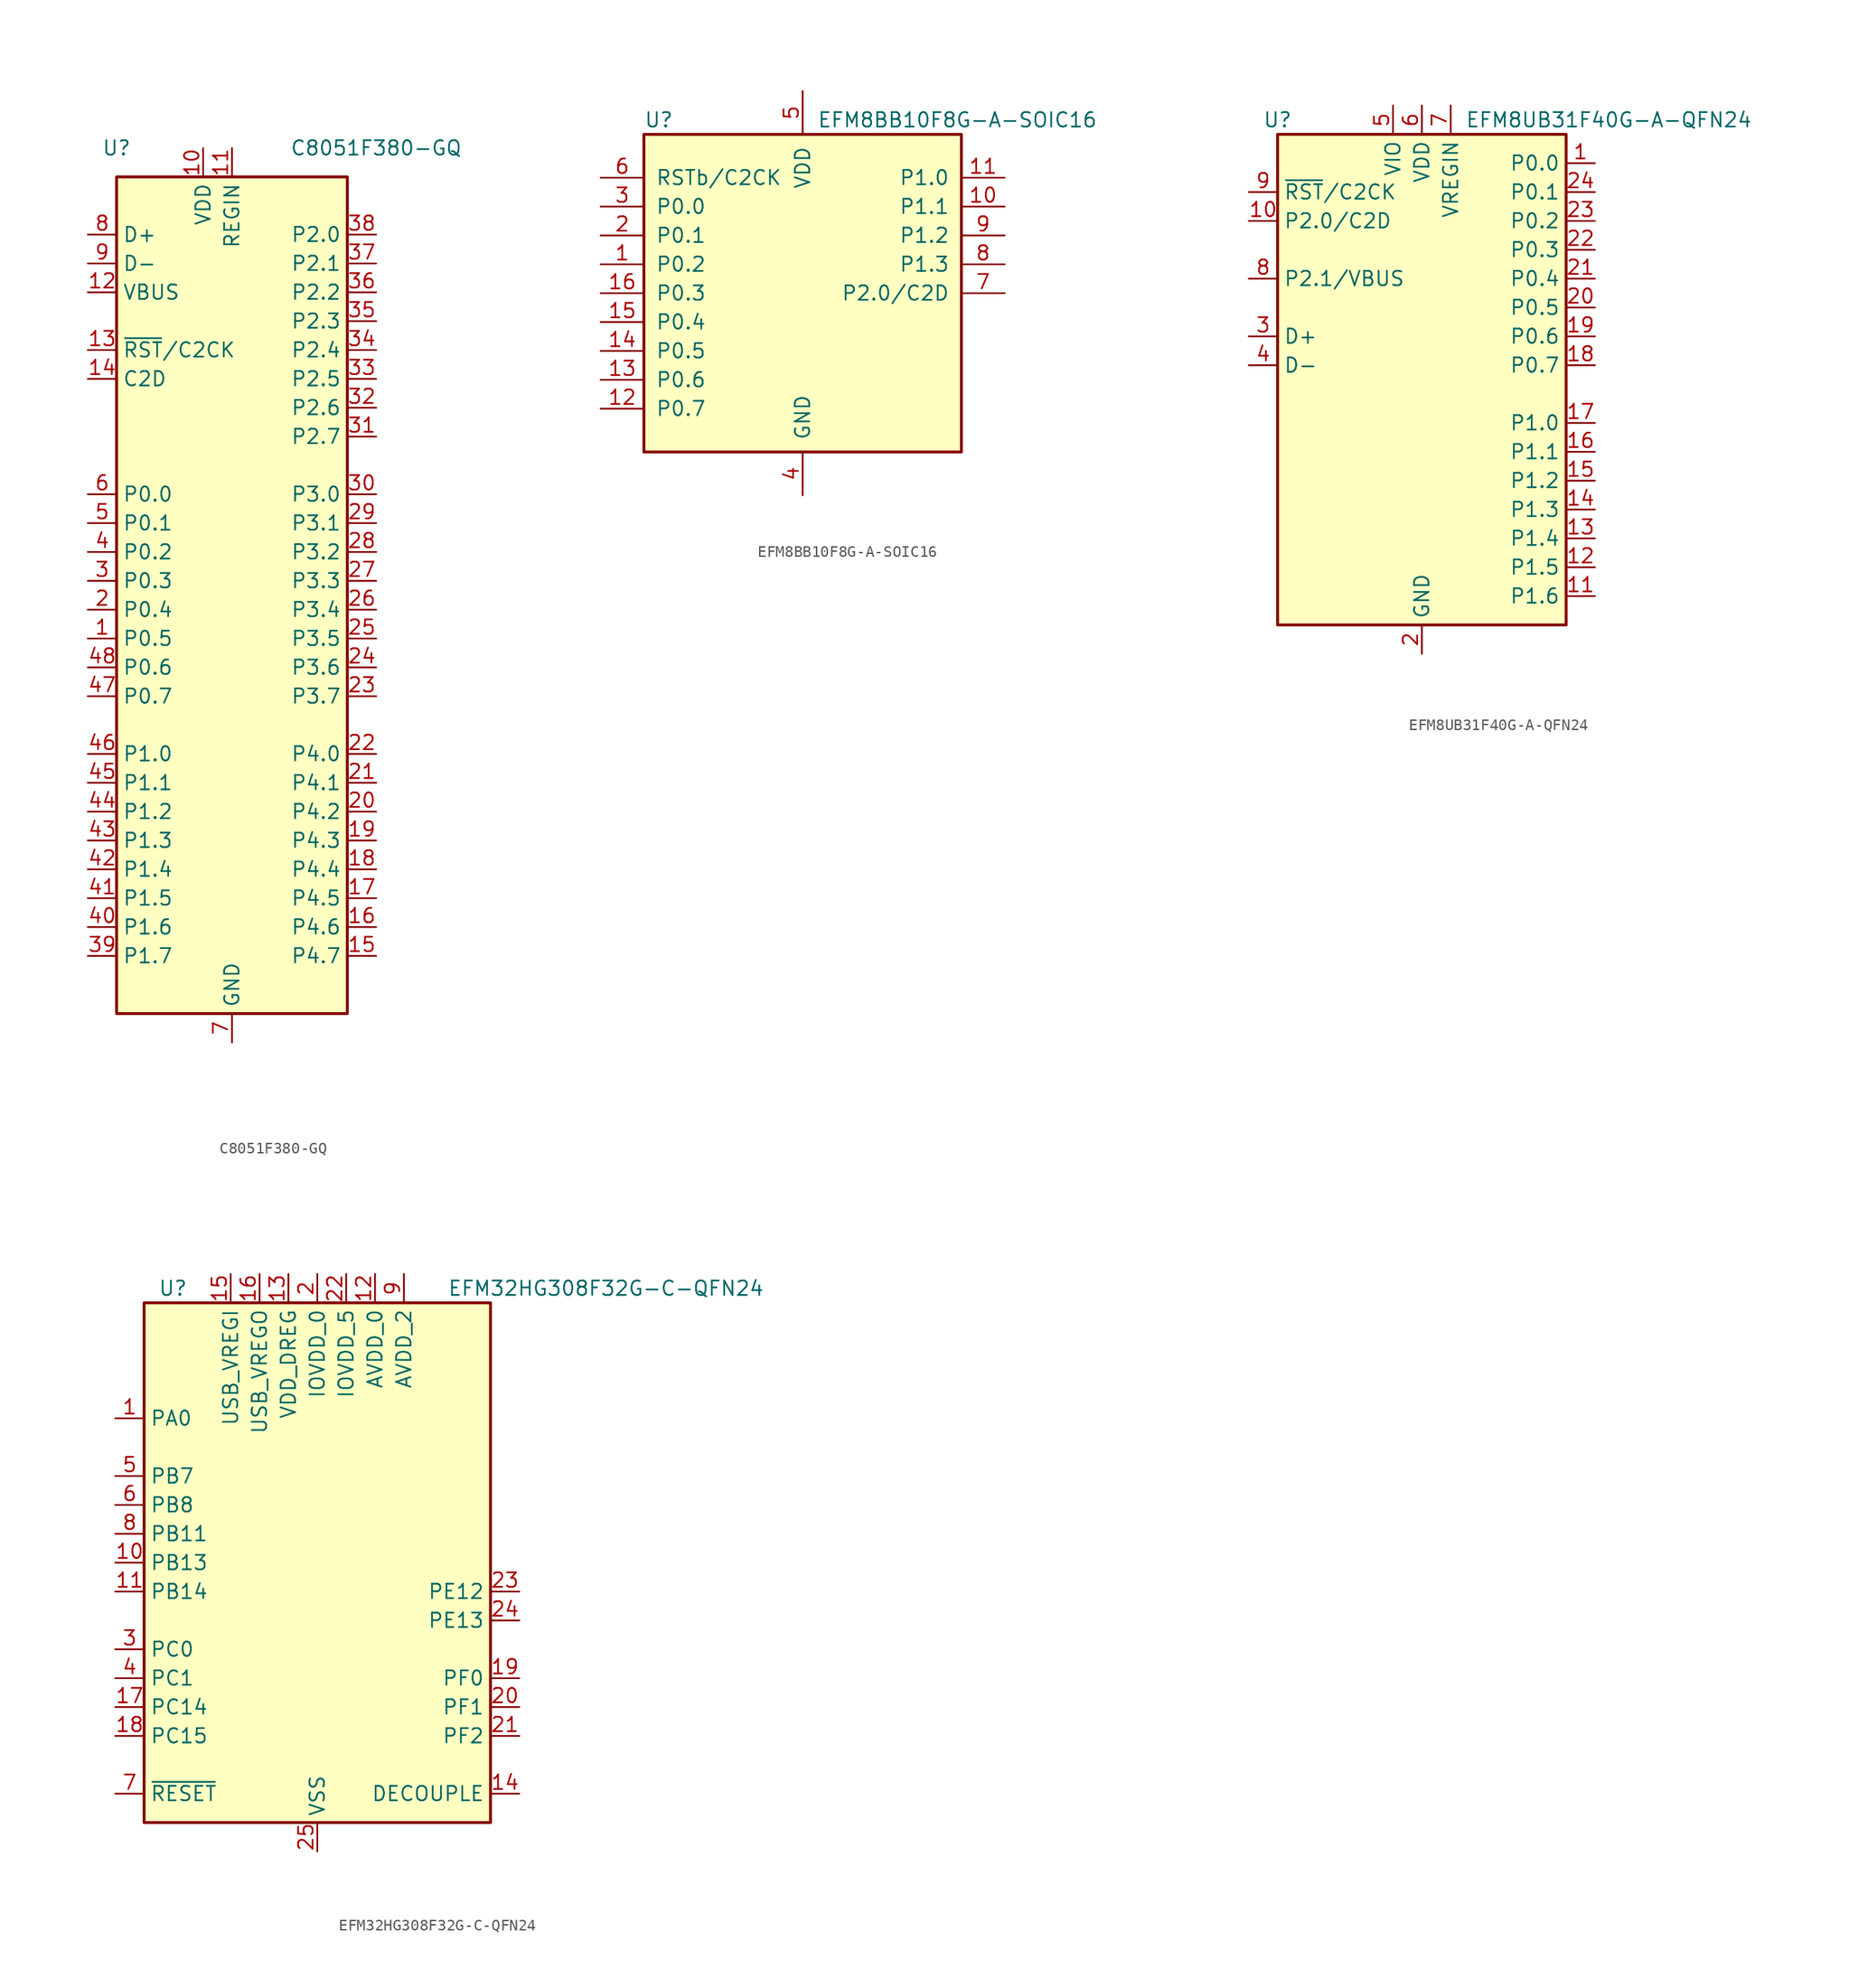
<source format=kicad_sym>
(kicad_symbol_lib
  (version 20220914)
  (generator kicad_symbol_editor)
  (symbol "C8051F380-GQ"
    (property "Reference" "U"
      (at -10.16 40.64 0)
      (effects (font (size 1.27 1.27))))
    (property "Value" "C8051F380-GQ"
      (at 12.7 40.64 0)
      (effects (font (size 1.27 1.27))))
    (symbol "C8051F380-GQ_0_1"
      (rectangle (start -10.16 38.1) (end 10.16 -35.56) (stroke (width 0.254) (type default)) (fill (type background))))
    (symbol "C8051F380-GQ_1_1"
      (pin bidirectional line (at -12.7 -2.54 0) (length 2.54) (name "P0.5" (effects (font (size 1.27 1.27)))) (number "1" (effects (font (size 1.27 1.27)))))
      (pin power_in line (at -2.54 40.64 270) (length 2.54) (name "VDD" (effects (font (size 1.27 1.27)))) (number "10" (effects (font (size 1.27 1.27)))))
      (pin power_in line (at 0 40.64 270) (length 2.54) (name "REGIN" (effects (font (size 1.27 1.27)))) (number "11" (effects (font (size 1.27 1.27)))))
      (pin input line (at -12.7 27.94 0) (length 2.54) (name "VBUS" (effects (font (size 1.27 1.27)))) (number "12" (effects (font (size 1.27 1.27)))))
      (pin input line (at -12.7 22.86 0) (length 2.54) (name "~{RST}/C2CK" (effects (font (size 1.27 1.27)))) (number "13" (effects (font (size 1.27 1.27)))))
      (pin bidirectional line (at -12.7 20.32 0) (length 2.54) (name "C2D" (effects (font (size 1.27 1.27)))) (number "14" (effects (font (size 1.27 1.27)))))
      (pin bidirectional line (at 12.7 -30.48 180) (length 2.54) (name "P4.7" (effects (font (size 1.27 1.27)))) (number "15" (effects (font (size 1.27 1.27)))))
      (pin bidirectional line (at 12.7 -27.94 180) (length 2.54) (name "P4.6" (effects (font (size 1.27 1.27)))) (number "16" (effects (font (size 1.27 1.27)))))
      (pin bidirectional line (at 12.7 -25.4 180) (length 2.54) (name "P4.5" (effects (font (size 1.27 1.27)))) (number "17" (effects (font (size 1.27 1.27)))))
      (pin bidirectional line (at 12.7 -22.86 180) (length 2.54) (name "P4.4" (effects (font (size 1.27 1.27)))) (number "18" (effects (font (size 1.27 1.27)))))
      (pin bidirectional line (at 12.7 -20.32 180) (length 2.54) (name "P4.3" (effects (font (size 1.27 1.27)))) (number "19" (effects (font (size 1.27 1.27)))))
      (pin bidirectional line (at -12.7 0 0) (length 2.54) (name "P0.4" (effects (font (size 1.27 1.27)))) (number "2" (effects (font (size 1.27 1.27)))))
      (pin bidirectional line (at 12.7 -17.78 180) (length 2.54) (name "P4.2" (effects (font (size 1.27 1.27)))) (number "20" (effects (font (size 1.27 1.27)))))
      (pin bidirectional line (at 12.7 -15.24 180) (length 2.54) (name "P4.1" (effects (font (size 1.27 1.27)))) (number "21" (effects (font (size 1.27 1.27)))))
      (pin bidirectional line (at 12.7 -12.7 180) (length 2.54) (name "P4.0" (effects (font (size 1.27 1.27)))) (number "22" (effects (font (size 1.27 1.27)))))
      (pin bidirectional line (at 12.7 -7.62 180) (length 2.54) (name "P3.7" (effects (font (size 1.27 1.27)))) (number "23" (effects (font (size 1.27 1.27)))))
      (pin bidirectional line (at 12.7 -5.08 180) (length 2.54) (name "P3.6" (effects (font (size 1.27 1.27)))) (number "24" (effects (font (size 1.27 1.27)))))
      (pin bidirectional line (at 12.7 -2.54 180) (length 2.54) (name "P3.5" (effects (font (size 1.27 1.27)))) (number "25" (effects (font (size 1.27 1.27)))))
      (pin bidirectional line (at 12.7 0 180) (length 2.54) (name "P3.4" (effects (font (size 1.27 1.27)))) (number "26" (effects (font (size 1.27 1.27)))))
      (pin bidirectional line (at 12.7 2.54 180) (length 2.54) (name "P3.3" (effects (font (size 1.27 1.27)))) (number "27" (effects (font (size 1.27 1.27)))))
      (pin bidirectional line (at 12.7 5.08 180) (length 2.54) (name "P3.2" (effects (font (size 1.27 1.27)))) (number "28" (effects (font (size 1.27 1.27)))))
      (pin bidirectional line (at 12.7 7.62 180) (length 2.54) (name "P3.1" (effects (font (size 1.27 1.27)))) (number "29" (effects (font (size 1.27 1.27)))))
      (pin bidirectional line (at -12.7 2.54 0) (length 2.54) (name "P0.3" (effects (font (size 1.27 1.27)))) (number "3" (effects (font (size 1.27 1.27)))))
      (pin bidirectional line (at 12.7 10.16 180) (length 2.54) (name "P3.0" (effects (font (size 1.27 1.27)))) (number "30" (effects (font (size 1.27 1.27)))))
      (pin bidirectional line (at 12.7 15.24 180) (length 2.54) (name "P2.7" (effects (font (size 1.27 1.27)))) (number "31" (effects (font (size 1.27 1.27)))))
      (pin bidirectional line (at 12.7 17.78 180) (length 2.54) (name "P2.6" (effects (font (size 1.27 1.27)))) (number "32" (effects (font (size 1.27 1.27)))))
      (pin bidirectional line (at 12.7 20.32 180) (length 2.54) (name "P2.5" (effects (font (size 1.27 1.27)))) (number "33" (effects (font (size 1.27 1.27)))))
      (pin bidirectional line (at 12.7 22.86 180) (length 2.54) (name "P2.4" (effects (font (size 1.27 1.27)))) (number "34" (effects (font (size 1.27 1.27)))))
      (pin bidirectional line (at 12.7 25.4 180) (length 2.54) (name "P2.3" (effects (font (size 1.27 1.27)))) (number "35" (effects (font (size 1.27 1.27)))))
      (pin bidirectional line (at 12.7 27.94 180) (length 2.54) (name "P2.2" (effects (font (size 1.27 1.27)))) (number "36" (effects (font (size 1.27 1.27)))))
      (pin bidirectional line (at 12.7 30.48 180) (length 2.54) (name "P2.1" (effects (font (size 1.27 1.27)))) (number "37" (effects (font (size 1.27 1.27)))))
      (pin bidirectional line (at 12.7 33.02 180) (length 2.54) (name "P2.0" (effects (font (size 1.27 1.27)))) (number "38" (effects (font (size 1.27 1.27)))))
      (pin bidirectional line (at -12.7 -30.48 0) (length 2.54) (name "P1.7" (effects (font (size 1.27 1.27)))) (number "39" (effects (font (size 1.27 1.27)))))
      (pin bidirectional line (at -12.7 5.08 0) (length 2.54) (name "P0.2" (effects (font (size 1.27 1.27)))) (number "4" (effects (font (size 1.27 1.27)))))
      (pin bidirectional line (at -12.7 -27.94 0) (length 2.54) (name "P1.6" (effects (font (size 1.27 1.27)))) (number "40" (effects (font (size 1.27 1.27)))))
      (pin bidirectional line (at -12.7 -25.4 0) (length 2.54) (name "P1.5" (effects (font (size 1.27 1.27)))) (number "41" (effects (font (size 1.27 1.27)))))
      (pin bidirectional line (at -12.7 -22.86 0) (length 2.54) (name "P1.4" (effects (font (size 1.27 1.27)))) (number "42" (effects (font (size 1.27 1.27)))))
      (pin bidirectional line (at -12.7 -20.32 0) (length 2.54) (name "P1.3" (effects (font (size 1.27 1.27)))) (number "43" (effects (font (size 1.27 1.27)))))
      (pin bidirectional line (at -12.7 -17.78 0) (length 2.54) (name "P1.2" (effects (font (size 1.27 1.27)))) (number "44" (effects (font (size 1.27 1.27)))))
      (pin bidirectional line (at -12.7 -15.24 0) (length 2.54) (name "P1.1" (effects (font (size 1.27 1.27)))) (number "45" (effects (font (size 1.27 1.27)))))
      (pin bidirectional line (at -12.7 -12.7 0) (length 2.54) (name "P1.0" (effects (font (size 1.27 1.27)))) (number "46" (effects (font (size 1.27 1.27)))))
      (pin bidirectional line (at -12.7 -7.62 0) (length 2.54) (name "P0.7" (effects (font (size 1.27 1.27)))) (number "47" (effects (font (size 1.27 1.27)))))
      (pin bidirectional line (at -12.7 -5.08 0) (length 2.54) (name "P0.6" (effects (font (size 1.27 1.27)))) (number "48" (effects (font (size 1.27 1.27)))))
      (pin bidirectional line (at -12.7 7.62 0) (length 2.54) (name "P0.1" (effects (font (size 1.27 1.27)))) (number "5" (effects (font (size 1.27 1.27)))))
      (pin bidirectional line (at -12.7 10.16 0) (length 2.54) (name "P0.0" (effects (font (size 1.27 1.27)))) (number "6" (effects (font (size 1.27 1.27)))))
      (pin power_in line (at 0 -38.1 90) (length 2.54) (name "GND" (effects (font (size 1.27 1.27)))) (number "7" (effects (font (size 1.27 1.27)))))
      (pin bidirectional line (at -12.7 33.02 0) (length 2.54) (name "D+" (effects (font (size 1.27 1.27)))) (number "8" (effects (font (size 1.27 1.27)))))
      (pin bidirectional line (at -12.7 30.48 0) (length 2.54) (name "D-" (effects (font (size 1.27 1.27)))) (number "9" (effects (font (size 1.27 1.27)))))))
  (symbol "EFM8BB10F8G-A-SOIC16"
    (pin_names
      (offset 1.016))
    (property "Reference" "U"
      (at -13.97 15.24 0)
      (effects (font (size 1.27 1.27)) (justify left)))
    (property "Value" "EFM8BB10F8G-A-SOIC16"
      (at 1.27 15.24 0)
      (effects (font (size 1.27 1.27)) (justify left)))
    (symbol "EFM8BB10F8G-A-SOIC16_0_1"
      (rectangle (start -13.97 13.97) (end 13.97 -13.97) (stroke (width 0.254) (type default)) (fill (type background)))
      (pin bidirectional line (at -17.78 2.54 0) (length 3.81) (name "P0.2" (effects (font (size 1.27 1.27)))) (number "1" (effects (font (size 1.27 1.27)))))
      (pin bidirectional line (at 17.78 7.62 180) (length 3.81) (name "P1.1" (effects (font (size 1.27 1.27)))) (number "10" (effects (font (size 1.27 1.27)))))
      (pin bidirectional line (at 17.78 10.16 180) (length 3.81) (name "P1.0" (effects (font (size 1.27 1.27)))) (number "11" (effects (font (size 1.27 1.27)))))
      (pin bidirectional line (at -17.78 -10.16 0) (length 3.81) (name "P0.7" (effects (font (size 1.27 1.27)))) (number "12" (effects (font (size 1.27 1.27)))))
      (pin bidirectional line (at -17.78 -7.62 0) (length 3.81) (name "P0.6" (effects (font (size 1.27 1.27)))) (number "13" (effects (font (size 1.27 1.27)))))
      (pin bidirectional line (at -17.78 -5.08 0) (length 3.81) (name "P0.5" (effects (font (size 1.27 1.27)))) (number "14" (effects (font (size 1.27 1.27)))))
      (pin bidirectional line (at -17.78 -2.54 0) (length 3.81) (name "P0.4" (effects (font (size 1.27 1.27)))) (number "15" (effects (font (size 1.27 1.27)))))
      (pin bidirectional line (at -17.78 0 0) (length 3.81) (name "P0.3" (effects (font (size 1.27 1.27)))) (number "16" (effects (font (size 1.27 1.27)))))
      (pin bidirectional line (at -17.78 5.08 0) (length 3.81) (name "P0.1" (effects (font (size 1.27 1.27)))) (number "2" (effects (font (size 1.27 1.27)))))
      (pin bidirectional line (at -17.78 7.62 0) (length 3.81) (name "P0.0" (effects (font (size 1.27 1.27)))) (number "3" (effects (font (size 1.27 1.27)))))
      (pin power_in line (at 0 -17.78 90) (length 3.81) (name "GND" (effects (font (size 1.27 1.27)))) (number "4" (effects (font (size 1.27 1.27)))))
      (pin power_in line (at 0 17.78 270) (length 3.81) (name "VDD" (effects (font (size 1.27 1.27)))) (number "5" (effects (font (size 1.27 1.27)))))
      (pin input line (at -17.78 10.16 0) (length 3.81) (name "RSTb/C2CK" (effects (font (size 1.27 1.27)))) (number "6" (effects (font (size 1.27 1.27)))))
      (pin bidirectional line (at 17.78 0 180) (length 3.81) (name "P2.0/C2D" (effects (font (size 1.27 1.27)))) (number "7" (effects (font (size 1.27 1.27)))))
      (pin bidirectional line (at 17.78 2.54 180) (length 3.81) (name "P1.3" (effects (font (size 1.27 1.27)))) (number "8" (effects (font (size 1.27 1.27)))))
      (pin bidirectional line (at 17.78 5.08 180) (length 3.81) (name "P1.2" (effects (font (size 1.27 1.27)))) (number "9" (effects (font (size 1.27 1.27)))))))
  (symbol "EFM8UB31F40G-A-QFN24"
    (property "Reference" "U"
      (at -12.7 24.13 0)
      (effects (font (size 1.27 1.27))))
    (property "Value" "EFM8UB31F40G-A-QFN24"
      (at 3.81 24.13 0)
      (effects (font (size 1.27 1.27)) (justify left)))
    (symbol "EFM8UB31F40G-A-QFN24_0_1"
      (rectangle (start -12.7 22.86) (end 12.7 -20.32) (stroke (width 0.254) (type default)) (fill (type background))))
    (symbol "EFM8UB31F40G-A-QFN24_1_1"
      (pin bidirectional line (at 15.24 20.32 180) (length 2.54) (name "P0.0" (effects (font (size 1.27 1.27)))) (number "1" (effects (font (size 1.27 1.27)))))
      (pin bidirectional line (at -15.24 15.24 0) (length 2.54) (name "P2.0/C2D" (effects (font (size 1.27 1.27)))) (number "10" (effects (font (size 1.27 1.27)))))
      (pin bidirectional line (at 15.24 -17.78 180) (length 2.54) (name "P1.6" (effects (font (size 1.27 1.27)))) (number "11" (effects (font (size 1.27 1.27)))))
      (pin bidirectional line (at 15.24 -15.24 180) (length 2.54) (name "P1.5" (effects (font (size 1.27 1.27)))) (number "12" (effects (font (size 1.27 1.27)))))
      (pin bidirectional line (at 15.24 -12.7 180) (length 2.54) (name "P1.4" (effects (font (size 1.27 1.27)))) (number "13" (effects (font (size 1.27 1.27)))))
      (pin bidirectional line (at 15.24 -10.16 180) (length 2.54) (name "P1.3" (effects (font (size 1.27 1.27)))) (number "14" (effects (font (size 1.27 1.27)))))
      (pin bidirectional line (at 15.24 -7.62 180) (length 2.54) (name "P1.2" (effects (font (size 1.27 1.27)))) (number "15" (effects (font (size 1.27 1.27)))))
      (pin bidirectional line (at 15.24 -5.08 180) (length 2.54) (name "P1.1" (effects (font (size 1.27 1.27)))) (number "16" (effects (font (size 1.27 1.27)))))
      (pin bidirectional line (at 15.24 -2.54 180) (length 2.54) (name "P1.0" (effects (font (size 1.27 1.27)))) (number "17" (effects (font (size 1.27 1.27)))))
      (pin bidirectional line (at 15.24 2.54 180) (length 2.54) (name "P0.7" (effects (font (size 1.27 1.27)))) (number "18" (effects (font (size 1.27 1.27)))))
      (pin bidirectional line (at 15.24 5.08 180) (length 2.54) (name "P0.6" (effects (font (size 1.27 1.27)))) (number "19" (effects (font (size 1.27 1.27)))))
      (pin power_in line (at 0 -22.86 90) (length 2.54) (name "GND" (effects (font (size 1.27 1.27)))) (number "2" (effects (font (size 1.27 1.27)))))
      (pin bidirectional line (at 15.24 7.62 180) (length 2.54) (name "P0.5" (effects (font (size 1.27 1.27)))) (number "20" (effects (font (size 1.27 1.27)))))
      (pin bidirectional line (at 15.24 10.16 180) (length 2.54) (name "P0.4" (effects (font (size 1.27 1.27)))) (number "21" (effects (font (size 1.27 1.27)))))
      (pin bidirectional line (at 15.24 12.7 180) (length 2.54) (name "P0.3" (effects (font (size 1.27 1.27)))) (number "22" (effects (font (size 1.27 1.27)))))
      (pin bidirectional line (at 15.24 15.24 180) (length 2.54) (name "P0.2" (effects (font (size 1.27 1.27)))) (number "23" (effects (font (size 1.27 1.27)))))
      (pin bidirectional line (at 15.24 17.78 180) (length 2.54) (name "P0.1" (effects (font (size 1.27 1.27)))) (number "24" (effects (font (size 1.27 1.27)))))
      (pin passive line (at 0 -22.86 90) (length 2.54) hide (name "GND" (effects (font (size 1.27 1.27)))) (number "25" (effects (font (size 1.27 1.27)))))
      (pin bidirectional line (at -15.24 5.08 0) (length 2.54) (name "D+" (effects (font (size 1.27 1.27)))) (number "3" (effects (font (size 1.27 1.27)))))
      (pin bidirectional line (at -15.24 2.54 0) (length 2.54) (name "D-" (effects (font (size 1.27 1.27)))) (number "4" (effects (font (size 1.27 1.27)))))
      (pin power_in line (at -2.54 25.4 270) (length 2.54) (name "VIO" (effects (font (size 1.27 1.27)))) (number "5" (effects (font (size 1.27 1.27)))))
      (pin power_in line (at 0 25.4 270) (length 2.54) (name "VDD" (effects (font (size 1.27 1.27)))) (number "6" (effects (font (size 1.27 1.27)))))
      (pin power_in line (at 2.54 25.4 270) (length 2.54) (name "VREGIN" (effects (font (size 1.27 1.27)))) (number "7" (effects (font (size 1.27 1.27)))))
      (pin bidirectional line (at -15.24 10.16 0) (length 2.54) (name "P2.1/VBUS" (effects (font (size 1.27 1.27)))) (number "8" (effects (font (size 1.27 1.27)))))
      (pin bidirectional line (at -15.24 17.78 0) (length 2.54) (name "~{RST}/C2CK" (effects (font (size 1.27 1.27)))) (number "9" (effects (font (size 1.27 1.27)))))))
  (symbol "EFM32HG308F32G-C-QFN24"
    (property "Reference" "U"
      (at -12.7 24.13 0)
      (effects (font (size 1.27 1.27))))
    (property "Value" "EFM32HG308F32G-C-QFN24"
      (at 25.4 24.13 0)
      (effects (font (size 1.27 1.27))))
    (symbol "EFM32HG308F32G-C-QFN24_0_1"
      (rectangle (start -15.24 22.86) (end 15.24 -22.86) (stroke (width 0.254) (type default)) (fill (type background))))
    (symbol "EFM32HG308F32G-C-QFN24_1_1"
      (pin bidirectional line (at -17.78 12.7 0) (length 2.54) (name "PA0" (effects (font (size 1.27 1.27)))) (number "1" (effects (font (size 1.27 1.27)))))
      (pin bidirectional line (at -17.78 0 0) (length 2.54) (name "PB13" (effects (font (size 1.27 1.27)))) (number "10" (effects (font (size 1.27 1.27)))))
      (pin bidirectional line (at -17.78 -2.54 0) (length 2.54) (name "PB14" (effects (font (size 1.27 1.27)))) (number "11" (effects (font (size 1.27 1.27)))))
      (pin power_in line (at 5.08 25.4 270) (length 2.54) (name "AVDD_0" (effects (font (size 1.27 1.27)))) (number "12" (effects (font (size 1.27 1.27)))))
      (pin power_in line (at -2.54 25.4 270) (length 2.54) (name "VDD_DREG" (effects (font (size 1.27 1.27)))) (number "13" (effects (font (size 1.27 1.27)))))
      (pin passive line (at 17.78 -20.32 180) (length 2.54) (name "DECOUPLE" (effects (font (size 1.27 1.27)))) (number "14" (effects (font (size 1.27 1.27)))))
      (pin power_in line (at -7.62 25.4 270) (length 2.54) (name "USB_VREGI" (effects (font (size 1.27 1.27)))) (number "15" (effects (font (size 1.27 1.27)))))
      (pin power_out line (at -5.08 25.4 270) (length 2.54) (name "USB_VREGO" (effects (font (size 1.27 1.27)))) (number "16" (effects (font (size 1.27 1.27)))))
      (pin bidirectional line (at -17.78 -12.7 0) (length 2.54) (name "PC14" (effects (font (size 1.27 1.27)))) (number "17" (effects (font (size 1.27 1.27)))))
      (pin bidirectional line (at -17.78 -15.24 0) (length 2.54) (name "PC15" (effects (font (size 1.27 1.27)))) (number "18" (effects (font (size 1.27 1.27)))))
      (pin bidirectional line (at 17.78 -10.16 180) (length 2.54) (name "PF0" (effects (font (size 1.27 1.27)))) (number "19" (effects (font (size 1.27 1.27)))))
      (pin power_in line (at 0 25.4 270) (length 2.54) (name "IOVDD_0" (effects (font (size 1.27 1.27)))) (number "2" (effects (font (size 1.27 1.27)))))
      (pin bidirectional line (at 17.78 -12.7 180) (length 2.54) (name "PF1" (effects (font (size 1.27 1.27)))) (number "20" (effects (font (size 1.27 1.27)))))
      (pin bidirectional line (at 17.78 -15.24 180) (length 2.54) (name "PF2" (effects (font (size 1.27 1.27)))) (number "21" (effects (font (size 1.27 1.27)))))
      (pin power_in line (at 2.54 25.4 270) (length 2.54) (name "IOVDD_5" (effects (font (size 1.27 1.27)))) (number "22" (effects (font (size 1.27 1.27)))))
      (pin bidirectional line (at 17.78 -2.54 180) (length 2.54) (name "PE12" (effects (font (size 1.27 1.27)))) (number "23" (effects (font (size 1.27 1.27)))))
      (pin bidirectional line (at 17.78 -5.08 180) (length 2.54) (name "PE13" (effects (font (size 1.27 1.27)))) (number "24" (effects (font (size 1.27 1.27)))))
      (pin power_in line (at 0 -25.4 90) (length 2.54) (name "VSS" (effects (font (size 1.27 1.27)))) (number "25" (effects (font (size 1.27 1.27)))))
      (pin bidirectional line (at -17.78 -7.62 0) (length 2.54) (name "PC0" (effects (font (size 1.27 1.27)))) (number "3" (effects (font (size 1.27 1.27)))))
      (pin bidirectional line (at -17.78 -10.16 0) (length 2.54) (name "PC1" (effects (font (size 1.27 1.27)))) (number "4" (effects (font (size 1.27 1.27)))))
      (pin bidirectional line (at -17.78 7.62 0) (length 2.54) (name "PB7" (effects (font (size 1.27 1.27)))) (number "5" (effects (font (size 1.27 1.27)))))
      (pin bidirectional line (at -17.78 5.08 0) (length 2.54) (name "PB8" (effects (font (size 1.27 1.27)))) (number "6" (effects (font (size 1.27 1.27)))))
      (pin input line (at -17.78 -20.32 0) (length 2.54) (name "~{RESET}" (effects (font (size 1.27 1.27)))) (number "7" (effects (font (size 1.27 1.27)))))
      (pin bidirectional line (at -17.78 2.54 0) (length 2.54) (name "PB11" (effects (font (size 1.27 1.27)))) (number "8" (effects (font (size 1.27 1.27)))))
      (pin power_in line (at 7.62 25.4 270) (length 2.54) (name "AVDD_2" (effects (font (size 1.27 1.27)))) (number "9" (effects (font (size 1.27 1.27))))))))
</source>
